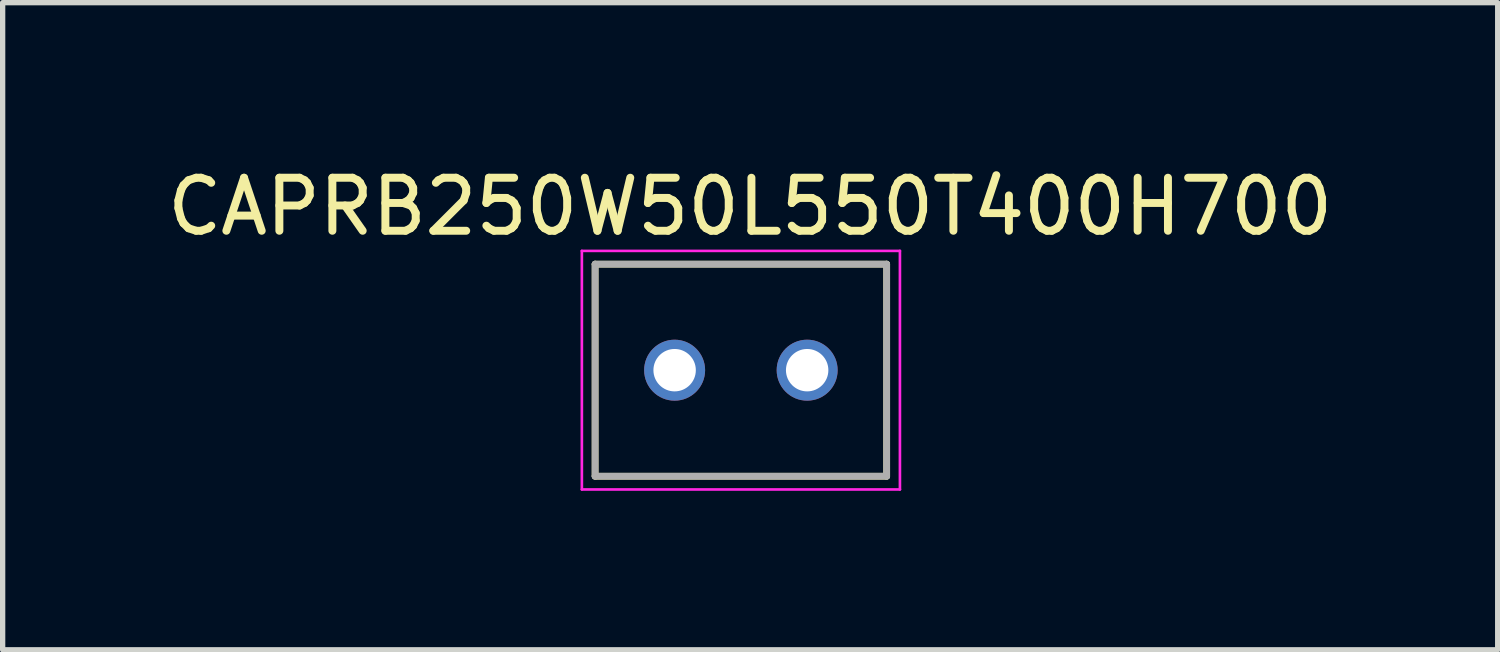
<source format=kicad_pcb>
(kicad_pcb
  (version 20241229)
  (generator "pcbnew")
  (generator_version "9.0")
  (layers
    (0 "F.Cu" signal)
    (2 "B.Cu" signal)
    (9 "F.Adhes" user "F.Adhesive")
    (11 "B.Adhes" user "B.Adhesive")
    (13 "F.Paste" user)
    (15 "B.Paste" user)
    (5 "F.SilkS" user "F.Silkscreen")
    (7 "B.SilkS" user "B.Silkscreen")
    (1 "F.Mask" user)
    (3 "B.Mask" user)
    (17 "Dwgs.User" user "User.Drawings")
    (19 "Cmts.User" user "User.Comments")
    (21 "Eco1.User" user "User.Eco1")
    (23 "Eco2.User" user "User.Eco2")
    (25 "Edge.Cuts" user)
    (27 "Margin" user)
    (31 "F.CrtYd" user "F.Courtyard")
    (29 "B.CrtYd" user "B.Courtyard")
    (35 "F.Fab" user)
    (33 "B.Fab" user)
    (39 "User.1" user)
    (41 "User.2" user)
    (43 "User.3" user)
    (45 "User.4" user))
  (footprint "CAPRB250W50L550T400H700"
    (layer "F.Cu")
    (at 10.926 3.933)
    (property "Reference" "CAPRB250W50L550T400H700" (at 0.175 -3.085 0) (layer "F.SilkS") (effects (font (size 1 1) (thickness 0.15))))
    (attr through_hole)
    (fp_line (start -2.75 -2) (end -2.75 2) (stroke (width 0.127) (type solid)) (layer "F.SilkS"))
    (fp_line (start -2.75 -2) (end 2.75 -2) (stroke (width 0.127) (type solid)) (layer "F.SilkS"))
    (fp_line (start -2.75 2) (end 2.75 2) (stroke (width 0.127) (type solid)) (layer "F.SilkS"))
    (fp_line (start 2.75 -2) (end 2.75 2) (stroke (width 0.127) (type solid)) (layer "F.SilkS"))
    (fp_line (start -3 -2.25) (end -3 2.25) (stroke (width 0.05) (type solid)) (layer "F.CrtYd"))
    (fp_line (start -3 -2.25) (end 3 -2.25) (stroke (width 0.05) (type solid)) (layer "F.CrtYd"))
    (fp_line (start 3 -2.25) (end 3 2.25) (stroke (width 0.05) (type solid)) (layer "F.CrtYd"))
    (fp_line (start 3 2.25) (end -3 2.25) (stroke (width 0.05) (type solid)) (layer "F.CrtYd"))
    (fp_line (start -2.75 -2) (end -2.75 2) (stroke (width 0.127) (type solid)) (layer "F.Fab"))
    (fp_line (start -2.75 -2) (end 2.75 -2) (stroke (width 0.127) (type solid)) (layer "F.Fab"))
    (fp_line (start 2.75 -2) (end 2.75 2) (stroke (width 0.127) (type solid)) (layer "F.Fab"))
    (fp_line (start 2.75 2) (end -2.75 2) (stroke (width 0.127) (type solid)) (layer "F.Fab"))
    (pad "1" thru_hole circle (at -1.25 0) (size 1.15 1.15) (drill 0.8) (layers "*.Cu" "*.Mask"))
    (pad "2" thru_hole circle (at 1.25 0) (size 1.15 1.15) (drill 0.8) (layers "*.Cu" "*.Mask")))
  (gr_rect
    (start -3 -3)
    (end 25.202 9.208)
    (stroke (width 0.1) (type default))
    (fill no)
    (layer "Edge.Cuts")))
</source>
